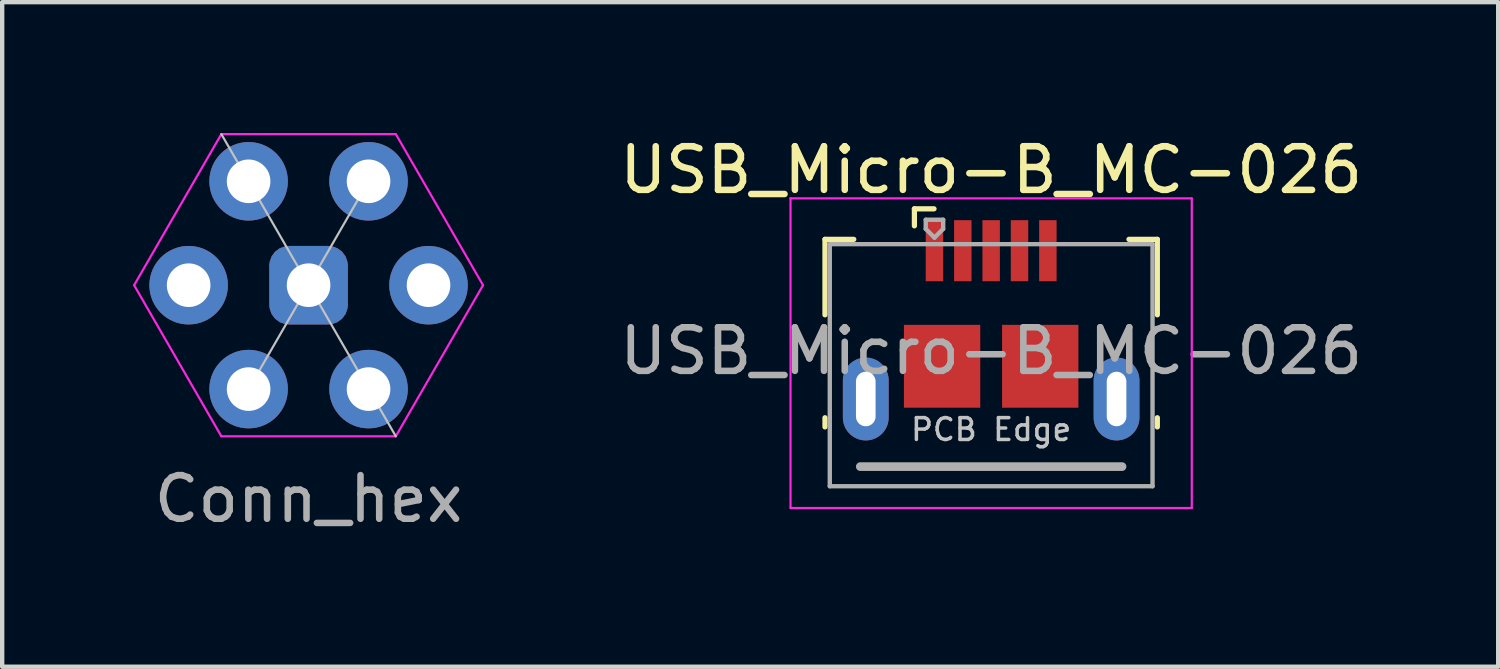
<source format=kicad_pcb>
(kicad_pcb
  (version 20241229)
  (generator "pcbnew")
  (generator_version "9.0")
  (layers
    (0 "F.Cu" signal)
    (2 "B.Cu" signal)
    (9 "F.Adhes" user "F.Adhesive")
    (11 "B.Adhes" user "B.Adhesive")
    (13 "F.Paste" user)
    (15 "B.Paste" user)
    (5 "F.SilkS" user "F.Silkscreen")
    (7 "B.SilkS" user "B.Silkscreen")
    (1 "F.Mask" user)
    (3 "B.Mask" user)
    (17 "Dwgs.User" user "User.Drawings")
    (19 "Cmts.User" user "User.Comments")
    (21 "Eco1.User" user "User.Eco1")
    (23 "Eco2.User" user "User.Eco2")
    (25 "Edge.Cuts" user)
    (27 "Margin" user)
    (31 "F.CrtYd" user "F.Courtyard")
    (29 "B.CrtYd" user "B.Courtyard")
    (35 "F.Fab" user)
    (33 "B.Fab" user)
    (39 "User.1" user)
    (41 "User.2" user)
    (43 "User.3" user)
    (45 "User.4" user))
  (footprint "USB_Micro-B_MC-026"
    (layer "F.Cu")
    (at 19.675 4.148)
    (property "Reference" "USB_Micro-B_MC-026" (at 0 -3.3 0) (layer "F.SilkS") (effects (font (size 1 1) (thickness 0.15))))
    (attr smd)
    (fp_line (start -3.81 -1.71) (end -3.15 -1.71) (stroke (width 0.12) (type solid)) (layer "F.SilkS"))
    (fp_line (start -3.81 0.02) (end -3.81 -1.71) (stroke (width 0.12) (type solid)) (layer "F.SilkS"))
    (fp_line (start -3.81 2.59) (end -3.81 2.38) (stroke (width 0.12) (type solid)) (layer "F.SilkS"))
    (fp_line (start -1.76 -2.41) (end -1.76 -2.02) (stroke (width 0.12) (type solid)) (layer "F.SilkS"))
    (fp_line (start -1.76 -2.41) (end -1.31 -2.41) (stroke (width 0.12) (type solid)) (layer "F.SilkS"))
    (fp_line (start 3.81 -1.71) (end 3.16 -1.71) (stroke (width 0.12) (type solid)) (layer "F.SilkS"))
    (fp_line (start 3.81 0.02) (end 3.81 -1.71) (stroke (width 0.12) (type solid)) (layer "F.SilkS"))
    (fp_line (start 3.81 2.59) (end 3.81 2.38) (stroke (width 0.12) (type solid)) (layer "F.SilkS"))
    (fp_line (start -4.6 -2.65) (end 4.6 -2.65) (stroke (width 0.05) (type solid)) (layer "F.CrtYd"))
    (fp_line (start -4.6 4.45) (end -4.6 -2.65) (stroke (width 0.05) (type solid)) (layer "F.CrtYd"))
    (fp_line (start -4.6 4.45) (end 4.6 4.45) (stroke (width 0.05) (type solid)) (layer "F.CrtYd"))
    (fp_line (start 4.6 -2.65) (end 4.6 4.45) (stroke (width 0.05) (type solid)) (layer "F.CrtYd"))
    (fp_line (start -3.7 -1.6) (end 3.7 -1.6) (stroke (width 0.1) (type solid)) (layer "F.Fab"))
    (fp_line (start -3.7 3.95) (end -3.7 -1.6) (stroke (width 0.1) (type solid)) (layer "F.Fab"))
    (fp_line (start -3.7 3.95) (end 3.7 3.95) (stroke (width 0.1) (type solid)) (layer "F.Fab"))
    (fp_line (start -3 3.5) (end 3 3.5) (stroke (width 0.2) (type solid)) (layer "F.Fab"))
    (fp_line (start -1.5 -2.16) (end -1.5 -1.95) (stroke (width 0.1) (type solid)) (layer "F.Fab"))
    (fp_line (start -1.5 -2.16) (end -1.1 -2.16) (stroke (width 0.1) (type solid)) (layer "F.Fab"))
    (fp_line (start -1.3 -1.75) (end -1.5 -1.95) (stroke (width 0.1) (type solid)) (layer "F.Fab"))
    (fp_line (start -1.1 -2.16) (end -1.1 -1.95) (stroke (width 0.1) (type solid)) (layer "F.Fab"))
    (fp_line (start -1.1 -1.95) (end -1.3 -1.75) (stroke (width 0.1) (type solid)) (layer "F.Fab"))
    (fp_line (start 3.7 3.95) (end 3.7 -1.6) (stroke (width 0.1) (type solid)) (layer "F.Fab"))
    (fp_text user "PCB Edge" (at 0 2.65 0) (layer "Dwgs.User") (effects (font (size 0.5 0.5) (thickness 0.08))))
    (fp_text user "${REFERENCE}" (at 0 0.85 0) (layer "F.Fab") (effects (font (size 1 1) (thickness 0.15))))
    (pad "1" smd rect (at -1.3 -1.45) (size 0.4 1.4) (layers "F.Cu" "F.Mask" "F.Paste"))
    (pad "2" smd rect (at -0.65 -1.45) (size 0.4 1.4) (layers "F.Cu" "F.Mask" "F.Paste"))
    (pad "3" smd rect (at 0 -1.45) (size 0.4 1.4) (layers "F.Cu" "F.Mask" "F.Paste"))
    (pad "4" smd rect (at 0.65 -1.45) (size 0.4 1.4) (layers "F.Cu" "F.Mask" "F.Paste"))
    (pad "5" smd rect (at 1.3 -1.45) (size 0.4 1.4) (layers "F.Cu" "F.Mask" "F.Paste"))
    (pad "6" thru_hole oval (at -2.875 1.95 180) (size 1.05 1.9) (drill oval 0.45 1.25) (layers "*.Cu" "*.Mask"))
    (pad "6" smd rect (at -1.125 1.2) (size 1.75 1.9) (layers "F.Cu" "F.Mask" "F.Paste"))
    (pad "6" smd rect (at 1.125 1.2) (size 1.75 1.9) (layers "F.Cu" "F.Mask" "F.Paste"))
    (pad "6" thru_hole oval (at 2.875 1.95) (size 1.05 1.9) (drill oval 0.45 1.25) (layers "*.Cu" "*.Mask")))
  (footprint "Conn_hex"
    (layer "F.Cu")
    (at 4.025 3.489)
    (property "Reference" "Conn_hex" (at 0 4.9 0) (layer "F.Fab") (effects (font (size 1 1) (thickness 0.15))))
    (attr through_hole)
    (fp_line (start 0 0) (end -2 -3.464) (stroke (width 0.05) (type solid)) (layer "Dwgs.User"))
    (fp_line (start 0 0) (end -1.375 2.382) (stroke (width 0.05) (type solid)) (layer "Dwgs.User"))
    (fp_line (start 0 0) (end 1.375 -2.382) (stroke (width 0.05) (type solid)) (layer "Dwgs.User"))
    (fp_line (start 0 0) (end 2 3.464) (stroke (width 0.05) (type solid)) (layer "Dwgs.User"))
    (fp_line (start -4 0) (end -2 3.464) (stroke (width 0.05) (type solid)) (layer "F.CrtYd"))
    (fp_line (start -2 -3.464) (end -4 0) (stroke (width 0.05) (type solid)) (layer "F.CrtYd"))
    (fp_line (start -2 3.464) (end 2 3.464) (stroke (width 0.05) (type solid)) (layer "F.CrtYd"))
    (fp_line (start 2 -3.464) (end -2 -3.464) (stroke (width 0.05) (type solid)) (layer "F.CrtYd"))
    (fp_line (start 4 0) (end 2 -3.464) (stroke (width 0.05) (type solid)) (layer "F.CrtYd"))
    (fp_line (start 4 0) (end 2 3.464) (stroke (width 0.05) (type solid)) (layer "F.CrtYd"))
    (pad "1" thru_hole circle (at 1.375 -2.382) (size 1.8 1.8) (drill 1) (layers "*.Cu" "*.Mask"))
    (pad "2" thru_hole circle (at 2.75 0) (size 1.8 1.8) (drill 1) (layers "*.Cu" "*.Mask"))
    (pad "3" thru_hole circle (at 1.375 2.382) (size 1.8 1.8) (drill 1) (layers "*.Cu" "*.Mask"))
    (pad "4" thru_hole circle (at -1.375 2.382 180) (size 1.8 1.8) (drill 1) (layers "*.Cu" "*.Mask"))
    (pad "5" thru_hole circle (at -2.75 0 180) (size 1.8 1.8) (drill 1) (layers "*.Cu" "*.Mask"))
    (pad "6" thru_hole circle (at -1.375 -2.382 180) (size 1.8 1.8) (drill 1) (layers "*.Cu" "*.Mask"))
    (pad "7" thru_hole roundrect (at 0 0) (size 1.8 1.8) (drill 1) (layers "*.Cu" "*.Mask") (roundrect_rratio 0.25)))
  (gr_rect
    (start -3 -3)
    (end 31.3 12.237)
    (stroke (width 0.1) (type default))
    (fill no)
    (layer "Edge.Cuts")))
</source>
